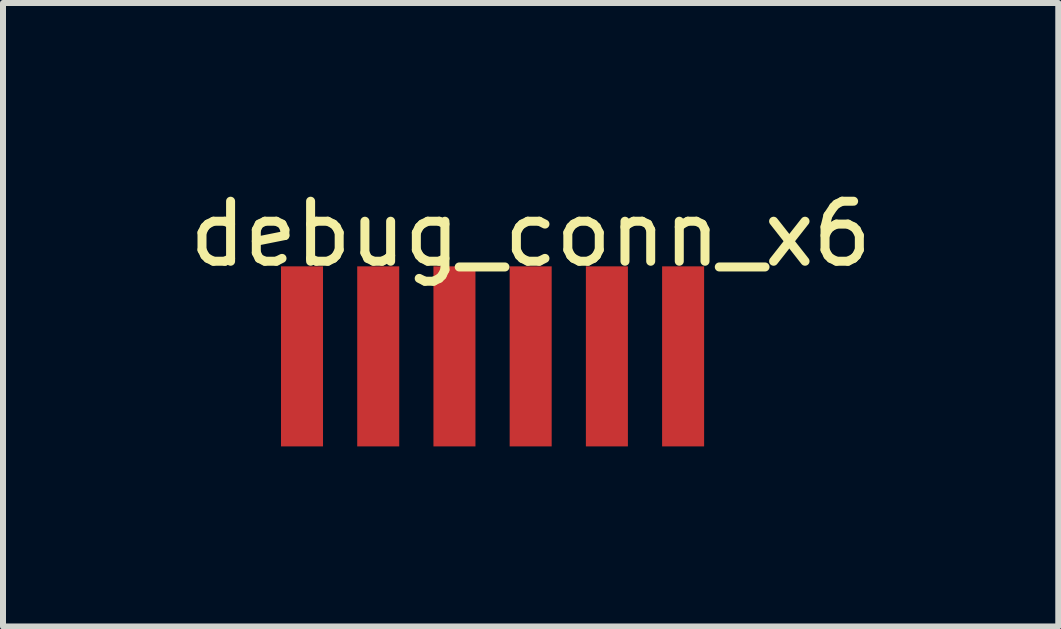
<source format=kicad_pcb>
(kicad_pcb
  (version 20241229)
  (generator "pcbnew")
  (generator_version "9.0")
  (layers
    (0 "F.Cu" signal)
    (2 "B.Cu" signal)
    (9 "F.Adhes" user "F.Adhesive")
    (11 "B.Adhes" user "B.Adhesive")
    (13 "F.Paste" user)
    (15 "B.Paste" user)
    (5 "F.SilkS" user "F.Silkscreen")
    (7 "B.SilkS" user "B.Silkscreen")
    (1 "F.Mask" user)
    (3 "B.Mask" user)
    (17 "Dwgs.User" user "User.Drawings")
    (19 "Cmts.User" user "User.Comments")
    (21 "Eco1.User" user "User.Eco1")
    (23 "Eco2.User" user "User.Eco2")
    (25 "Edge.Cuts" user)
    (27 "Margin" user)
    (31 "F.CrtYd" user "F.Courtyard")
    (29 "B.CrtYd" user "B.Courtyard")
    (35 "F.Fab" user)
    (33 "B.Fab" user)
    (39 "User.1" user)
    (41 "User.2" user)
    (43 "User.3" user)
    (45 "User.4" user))
  (footprint "debug_conn_x6"
    (layer "F.Cu")
    (at 5.792 0.348)
    (property "Reference" "debug_conn_x6" (at 0 0.5 0) (layer "F.SilkS") (effects (font (size 1 1) (thickness 0.15))))
    (attr through_hole)
    (pad "1" smd rect (at -3.81 2.54) (size 0.7 3) (layers "F.Cu" "F.Mask" "F.Paste"))
    (pad "2" smd rect (at -2.54 2.54) (size 0.7 3) (layers "F.Cu" "F.Mask" "F.Paste"))
    (pad "3" smd rect (at -1.27 2.54) (size 0.7 3) (layers "F.Cu" "F.Mask" "F.Paste"))
    (pad "4" smd rect (at 0 2.54) (size 0.7 3) (layers "F.Cu" "F.Mask" "F.Paste"))
    (pad "5" smd rect (at 1.27 2.54) (size 0.7 3) (layers "F.Cu" "F.Mask" "F.Paste"))
    (pad "6" smd rect (at 2.54 2.54) (size 0.7 3) (layers "F.Cu" "F.Mask" "F.Paste")))
  (gr_rect
    (start -3 -3)
    (end 14.583 7.388)
    (stroke (width 0.1) (type default))
    (fill no)
    (layer "Edge.Cuts")))
</source>
